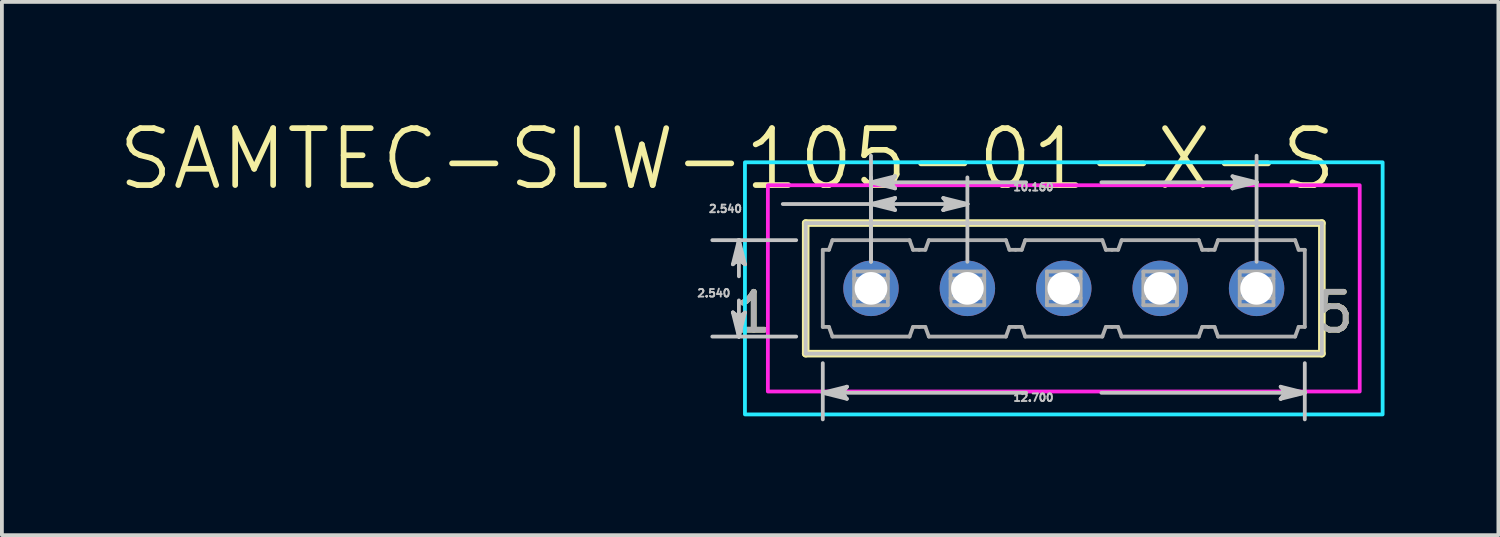
<source format=kicad_pcb>
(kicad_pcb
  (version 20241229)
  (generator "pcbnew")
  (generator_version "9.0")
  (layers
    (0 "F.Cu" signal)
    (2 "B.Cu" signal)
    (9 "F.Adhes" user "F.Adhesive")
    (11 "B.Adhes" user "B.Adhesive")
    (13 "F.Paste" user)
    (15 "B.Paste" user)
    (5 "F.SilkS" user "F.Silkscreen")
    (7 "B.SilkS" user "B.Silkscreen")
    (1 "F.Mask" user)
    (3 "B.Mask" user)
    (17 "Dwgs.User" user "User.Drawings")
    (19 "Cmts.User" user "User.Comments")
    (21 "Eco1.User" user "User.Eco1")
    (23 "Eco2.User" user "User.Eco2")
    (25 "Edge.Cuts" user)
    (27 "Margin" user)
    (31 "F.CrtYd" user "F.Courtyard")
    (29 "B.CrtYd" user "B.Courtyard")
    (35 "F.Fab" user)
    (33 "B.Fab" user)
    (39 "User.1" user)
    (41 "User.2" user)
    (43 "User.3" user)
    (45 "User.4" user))
  (footprint "SAMTEC-SLW-105-01-X-S"
    (layer "F.Cu")
    (at 24.979 4.548)
    (property "Reference" "SAMTEC-SLW-105-01-X-S" (at -8.868 -3.408 0) (layer "F.SilkS") (effects (font (size 1.5 1.5) (thickness 0.15))))
    (attr through_hole)
    (fp_circle (center -5.08 0) (end -4.299 0) (stroke (width 0) (type solid)) (fill yes) (layer "F.Mask"))
    (fp_circle (center -2.54 0) (end -1.759 0) (stroke (width 0) (type solid)) (fill yes) (layer "F.Mask"))
    (fp_circle (center 0 0) (end 0.781 0) (stroke (width 0) (type solid)) (fill yes) (layer "F.Mask"))
    (fp_circle (center 2.54 0) (end 3.321 0) (stroke (width 0) (type solid)) (fill yes) (layer "F.Mask"))
    (fp_circle (center 5.08 0) (end 5.861 0) (stroke (width 0) (type solid)) (fill yes) (layer "F.Mask"))
    (fp_circle (center -5.08 0) (end -4.299 0) (stroke (width 0) (type solid)) (fill yes) (layer "B.Mask"))
    (fp_circle (center -2.54 0) (end -1.759 0) (stroke (width 0) (type solid)) (fill yes) (layer "B.Mask"))
    (fp_circle (center 0 0) (end 0.781 0) (stroke (width 0) (type solid)) (fill yes) (layer "B.Mask"))
    (fp_circle (center 2.54 0) (end 3.321 0) (stroke (width 0) (type solid)) (fill yes) (layer "B.Mask"))
    (fp_circle (center 5.08 0) (end 5.861 0) (stroke (width 0) (type solid)) (fill yes) (layer "B.Mask"))
    (fp_line (start -6.8 -1.72) (end -6.8 1.72) (stroke (width 0.2) (type solid)) (layer "F.SilkS"))
    (fp_line (start -6.8 1.72) (end 6.8 1.72) (stroke (width 0.2) (type solid)) (layer "F.SilkS"))
    (fp_line (start 6.8 -1.72) (end -6.8 -1.72) (stroke (width 0.2) (type solid)) (layer "F.SilkS"))
    (fp_line (start 6.8 1.72) (end 6.8 -1.72) (stroke (width 0.2) (type solid)) (layer "F.SilkS"))
    (fp_line (start -8.719 -0.635) (end -8.56 -0.762) (stroke (width 0.1) (type solid)) (layer "Dwgs.User"))
    (fp_line (start -8.719 0.635) (end -8.56 1.27) (stroke (width 0.1) (type solid)) (layer "Dwgs.User"))
    (fp_line (start -8.639 -0.698) (end -8.56 -0.762) (stroke (width 0.1) (type solid)) (layer "Dwgs.User"))
    (fp_line (start -8.639 0.698) (end -8.719 0.635) (stroke (width 0.1) (type solid)) (layer "Dwgs.User"))
    (fp_line (start -8.56 -1.27) (end -8.719 -0.635) (stroke (width 0.1) (type solid)) (layer "Dwgs.User"))
    (fp_line (start -8.56 -1.27) (end -8.639 -0.698) (stroke (width 0.1) (type solid)) (layer "Dwgs.User"))
    (fp_line (start -8.56 -1.27) (end -8.48 -0.698) (stroke (width 0.1) (type solid)) (layer "Dwgs.User"))
    (fp_line (start -8.56 -0.762) (end -8.56 -1.27) (stroke (width 0.1) (type solid)) (layer "Dwgs.User"))
    (fp_line (start -8.56 -0.762) (end -8.401 -0.635) (stroke (width 0.1) (type solid)) (layer "Dwgs.User"))
    (fp_line (start -8.56 -0.318) (end -8.56 -1.27) (stroke (width 0.1) (type solid)) (layer "Dwgs.User"))
    (fp_line (start -8.56 0.318) (end -8.56 1.27) (stroke (width 0.1) (type solid)) (layer "Dwgs.User"))
    (fp_line (start -8.56 0.762) (end -8.719 0.635) (stroke (width 0.1) (type solid)) (layer "Dwgs.User"))
    (fp_line (start -8.56 0.762) (end -8.56 1.27) (stroke (width 0.1) (type solid)) (layer "Dwgs.User"))
    (fp_line (start -8.56 1.27) (end -8.639 0.698) (stroke (width 0.1) (type solid)) (layer "Dwgs.User"))
    (fp_line (start -8.56 1.27) (end -8.48 0.698) (stroke (width 0.1) (type solid)) (layer "Dwgs.User"))
    (fp_line (start -8.56 1.27) (end -8.401 0.635) (stroke (width 0.1) (type solid)) (layer "Dwgs.User"))
    (fp_line (start -8.48 -0.698) (end -8.401 -0.635) (stroke (width 0.1) (type solid)) (layer "Dwgs.User"))
    (fp_line (start -8.48 0.698) (end -8.56 0.762) (stroke (width 0.1) (type solid)) (layer "Dwgs.User"))
    (fp_line (start -8.401 -0.635) (end -8.56 -1.27) (stroke (width 0.1) (type solid)) (layer "Dwgs.User"))
    (fp_line (start -8.401 0.635) (end -8.56 0.762) (stroke (width 0.1) (type solid)) (layer "Dwgs.User"))
    (fp_line (start -7.404 -2.222) (end -5.08 -2.222) (stroke (width 0.1) (type solid)) (layer "Dwgs.User"))
    (fp_line (start -7.051 -1.27) (end -9.261 -1.27) (stroke (width 0.1) (type solid)) (layer "Dwgs.User"))
    (fp_line (start -7.051 1.27) (end -9.261 1.27) (stroke (width 0.1) (type solid)) (layer "Dwgs.User"))
    (fp_line (start -6.8 -1.72) (end -6.8 1.72) (stroke (width 0.1) (type solid)) (layer "Dwgs.User"))
    (fp_line (start -6.8 1.72) (end 6.8 1.72) (stroke (width 0.1) (type solid)) (layer "Dwgs.User"))
    (fp_line (start -6.35 1.971) (end -6.35 3.452) (stroke (width 0.1) (type solid)) (layer "Dwgs.User"))
    (fp_line (start -6.35 2.751) (end -5.778 2.671) (stroke (width 0.1) (type solid)) (layer "Dwgs.User"))
    (fp_line (start -6.35 2.751) (end -5.778 2.83) (stroke (width 0.1) (type solid)) (layer "Dwgs.User"))
    (fp_line (start -6.35 2.751) (end -5.715 2.91) (stroke (width 0.1) (type solid)) (layer "Dwgs.User"))
    (fp_line (start -5.842 2.751) (end -6.35 2.751) (stroke (width 0.1) (type solid)) (layer "Dwgs.User"))
    (fp_line (start -5.842 2.751) (end -5.715 2.592) (stroke (width 0.1) (type solid)) (layer "Dwgs.User"))
    (fp_line (start -5.778 2.671) (end -5.715 2.592) (stroke (width 0.1) (type solid)) (layer "Dwgs.User"))
    (fp_line (start -5.778 2.83) (end -5.842 2.751) (stroke (width 0.1) (type solid)) (layer "Dwgs.User"))
    (fp_line (start -5.715 2.592) (end -6.35 2.751) (stroke (width 0.1) (type solid)) (layer "Dwgs.User"))
    (fp_line (start -5.715 2.91) (end -5.842 2.751) (stroke (width 0.1) (type solid)) (layer "Dwgs.User"))
    (fp_line (start -5.08 -2.794) (end -4.508 -2.873) (stroke (width 0.1) (type solid)) (layer "Dwgs.User"))
    (fp_line (start -5.08 -2.794) (end -4.508 -2.715) (stroke (width 0.1) (type solid)) (layer "Dwgs.User"))
    (fp_line (start -5.08 -2.794) (end -4.445 -2.635) (stroke (width 0.1) (type solid)) (layer "Dwgs.User"))
    (fp_line (start -5.08 -2.222) (end -4.508 -2.302) (stroke (width 0.1) (type solid)) (layer "Dwgs.User"))
    (fp_line (start -5.08 -2.222) (end -4.508 -2.143) (stroke (width 0.1) (type solid)) (layer "Dwgs.User"))
    (fp_line (start -5.08 -2.222) (end -4.445 -2.064) (stroke (width 0.1) (type solid)) (layer "Dwgs.User"))
    (fp_line (start -5.08 -2.222) (end -2.54 -2.222) (stroke (width 0.1) (type solid)) (layer "Dwgs.User"))
    (fp_line (start -5.08 -0.701) (end -5.08 -3.495) (stroke (width 0.1) (type solid)) (layer "Dwgs.User"))
    (fp_line (start -5.08 -0.701) (end -5.08 -2.924) (stroke (width 0.1) (type solid)) (layer "Dwgs.User"))
    (fp_line (start -4.572 -2.794) (end -5.08 -2.794) (stroke (width 0.1) (type solid)) (layer "Dwgs.User"))
    (fp_line (start -4.572 -2.794) (end -4.445 -2.953) (stroke (width 0.1) (type solid)) (layer "Dwgs.User"))
    (fp_line (start -4.572 -2.222) (end -5.08 -2.222) (stroke (width 0.1) (type solid)) (layer "Dwgs.User"))
    (fp_line (start -4.572 -2.222) (end -4.445 -2.381) (stroke (width 0.1) (type solid)) (layer "Dwgs.User"))
    (fp_line (start -4.508 -2.873) (end -4.445 -2.953) (stroke (width 0.1) (type solid)) (layer "Dwgs.User"))
    (fp_line (start -4.508 -2.715) (end -4.572 -2.794) (stroke (width 0.1) (type solid)) (layer "Dwgs.User"))
    (fp_line (start -4.508 -2.302) (end -4.445 -2.381) (stroke (width 0.1) (type solid)) (layer "Dwgs.User"))
    (fp_line (start -4.508 -2.143) (end -4.572 -2.222) (stroke (width 0.1) (type solid)) (layer "Dwgs.User"))
    (fp_line (start -4.445 -2.953) (end -5.08 -2.794) (stroke (width 0.1) (type solid)) (layer "Dwgs.User"))
    (fp_line (start -4.445 -2.635) (end -4.572 -2.794) (stroke (width 0.1) (type solid)) (layer "Dwgs.User"))
    (fp_line (start -4.445 -2.381) (end -5.08 -2.222) (stroke (width 0.1) (type solid)) (layer "Dwgs.User"))
    (fp_line (start -4.445 -2.064) (end -4.572 -2.222) (stroke (width 0.1) (type solid)) (layer "Dwgs.User"))
    (fp_line (start -3.175 -2.381) (end -3.048 -2.222) (stroke (width 0.1) (type solid)) (layer "Dwgs.User"))
    (fp_line (start -3.175 -2.064) (end -2.54 -2.222) (stroke (width 0.1) (type solid)) (layer "Dwgs.User"))
    (fp_line (start -3.112 -2.302) (end -3.048 -2.222) (stroke (width 0.1) (type solid)) (layer "Dwgs.User"))
    (fp_line (start -3.112 -2.143) (end -3.175 -2.064) (stroke (width 0.1) (type solid)) (layer "Dwgs.User"))
    (fp_line (start -3.048 -2.222) (end -3.175 -2.064) (stroke (width 0.1) (type solid)) (layer "Dwgs.User"))
    (fp_line (start -3.048 -2.222) (end -2.54 -2.222) (stroke (width 0.1) (type solid)) (layer "Dwgs.User"))
    (fp_line (start -2.54 -2.222) (end -3.175 -2.381) (stroke (width 0.1) (type solid)) (layer "Dwgs.User"))
    (fp_line (start -2.54 -2.222) (end -3.112 -2.302) (stroke (width 0.1) (type solid)) (layer "Dwgs.User"))
    (fp_line (start -2.54 -2.222) (end -3.112 -2.143) (stroke (width 0.1) (type solid)) (layer "Dwgs.User"))
    (fp_line (start -2.54 -0.701) (end -2.54 -2.924) (stroke (width 0.1) (type solid)) (layer "Dwgs.User"))
    (fp_line (start -0.991 -2.794) (end -5.08 -2.794) (stroke (width 0.1) (type solid)) (layer "Dwgs.User"))
    (fp_line (start -0.991 2.751) (end -6.35 2.751) (stroke (width 0.1) (type solid)) (layer "Dwgs.User"))
    (fp_line (start 0.991 -2.794) (end 5.08 -2.794) (stroke (width 0.1) (type solid)) (layer "Dwgs.User"))
    (fp_line (start 0.991 2.751) (end 6.35 2.751) (stroke (width 0.1) (type solid)) (layer "Dwgs.User"))
    (fp_line (start 4.445 -2.953) (end 4.572 -2.794) (stroke (width 0.1) (type solid)) (layer "Dwgs.User"))
    (fp_line (start 4.445 -2.635) (end 5.08 -2.794) (stroke (width 0.1) (type solid)) (layer "Dwgs.User"))
    (fp_line (start 4.508 -2.873) (end 4.572 -2.794) (stroke (width 0.1) (type solid)) (layer "Dwgs.User"))
    (fp_line (start 4.508 -2.715) (end 4.445 -2.635) (stroke (width 0.1) (type solid)) (layer "Dwgs.User"))
    (fp_line (start 4.572 -2.794) (end 4.445 -2.635) (stroke (width 0.1) (type solid)) (layer "Dwgs.User"))
    (fp_line (start 4.572 -2.794) (end 5.08 -2.794) (stroke (width 0.1) (type solid)) (layer "Dwgs.User"))
    (fp_line (start 5.08 -2.794) (end 4.445 -2.953) (stroke (width 0.1) (type solid)) (layer "Dwgs.User"))
    (fp_line (start 5.08 -2.794) (end 4.508 -2.873) (stroke (width 0.1) (type solid)) (layer "Dwgs.User"))
    (fp_line (start 5.08 -2.794) (end 4.508 -2.715) (stroke (width 0.1) (type solid)) (layer "Dwgs.User"))
    (fp_line (start 5.08 -0.701) (end 5.08 -3.495) (stroke (width 0.1) (type solid)) (layer "Dwgs.User"))
    (fp_line (start 5.715 2.592) (end 5.842 2.751) (stroke (width 0.1) (type solid)) (layer "Dwgs.User"))
    (fp_line (start 5.715 2.91) (end 6.35 2.751) (stroke (width 0.1) (type solid)) (layer "Dwgs.User"))
    (fp_line (start 5.778 2.671) (end 5.842 2.751) (stroke (width 0.1) (type solid)) (layer "Dwgs.User"))
    (fp_line (start 5.778 2.83) (end 5.715 2.91) (stroke (width 0.1) (type solid)) (layer "Dwgs.User"))
    (fp_line (start 5.842 2.751) (end 5.715 2.91) (stroke (width 0.1) (type solid)) (layer "Dwgs.User"))
    (fp_line (start 5.842 2.751) (end 6.35 2.751) (stroke (width 0.1) (type solid)) (layer "Dwgs.User"))
    (fp_line (start 6.35 1.971) (end 6.35 3.452) (stroke (width 0.1) (type solid)) (layer "Dwgs.User"))
    (fp_line (start 6.35 2.751) (end 5.715 2.592) (stroke (width 0.1) (type solid)) (layer "Dwgs.User"))
    (fp_line (start 6.35 2.751) (end 5.778 2.671) (stroke (width 0.1) (type solid)) (layer "Dwgs.User"))
    (fp_line (start 6.35 2.751) (end 5.778 2.83) (stroke (width 0.1) (type solid)) (layer "Dwgs.User"))
    (fp_line (start 6.8 -1.72) (end -6.8 -1.72) (stroke (width 0.1) (type solid)) (layer "Dwgs.User"))
    (fp_line (start 6.8 1.72) (end 6.8 -1.72) (stroke (width 0.1) (type solid)) (layer "Dwgs.User"))
    (fp_poly (pts (xy -8.401 3.321) (xy -8.401 -3.321) (xy 8.401 -3.321) (xy 8.401 3.321) (xy -8.401 3.321)) (stroke (width 0.1) (type solid)) (fill no) (layer "B.CrtYd"))
    (fp_poly (pts (xy 7.797 -2.717) (xy -7.797 -2.717) (xy -7.797 2.717) (xy 7.797 2.717) (xy 7.797 -2.717)) (stroke (width 0.1) (type solid)) (fill no) (layer "F.CrtYd"))
    (fp_line (start -6.35 -1.016) (end -6.35 1.016) (stroke (width 0.1) (type solid)) (layer "F.Fab"))
    (fp_line (start -6.35 1.016) (end -6.188 1.016) (stroke (width 0.1) (type solid)) (layer "F.Fab"))
    (fp_line (start -6.188 -1.016) (end -6.35 -1.016) (stroke (width 0.1) (type solid)) (layer "F.Fab"))
    (fp_line (start -6.188 1.016) (end -6.096 1.27) (stroke (width 0.1) (type solid)) (layer "F.Fab"))
    (fp_line (start -6.096 -1.27) (end -6.188 -1.016) (stroke (width 0.1) (type solid)) (layer "F.Fab"))
    (fp_line (start -6.096 1.27) (end -4.064 1.27) (stroke (width 0.1) (type solid)) (layer "F.Fab"))
    (fp_line (start -5.524 -0.444) (end -5.524 0.444) (stroke (width 0.1) (type solid)) (layer "F.Fab"))
    (fp_line (start -5.524 -0.254) (end -4.636 -0.254) (stroke (width 0.1) (type solid)) (layer "F.Fab"))
    (fp_line (start -5.524 0.444) (end -4.636 0.444) (stroke (width 0.1) (type solid)) (layer "F.Fab"))
    (fp_line (start -4.636 -0.444) (end -5.524 -0.444) (stroke (width 0.1) (type solid)) (layer "F.Fab"))
    (fp_line (start -4.636 0.254) (end -5.524 0.254) (stroke (width 0.1) (type solid)) (layer "F.Fab"))
    (fp_line (start -4.636 0.444) (end -4.636 -0.444) (stroke (width 0.1) (type solid)) (layer "F.Fab"))
    (fp_line (start -4.064 -1.27) (end -6.096 -1.27) (stroke (width 0.1) (type solid)) (layer "F.Fab"))
    (fp_line (start -4.064 1.27) (end -3.972 1.016) (stroke (width 0.1) (type solid)) (layer "F.Fab"))
    (fp_line (start -3.972 -1.016) (end -4.064 -1.27) (stroke (width 0.1) (type solid)) (layer "F.Fab"))
    (fp_line (start -3.972 1.016) (end -3.81 1.016) (stroke (width 0.1) (type solid)) (layer "F.Fab"))
    (fp_line (start -3.81 -1.016) (end -3.972 -1.016) (stroke (width 0.1) (type solid)) (layer "F.Fab"))
    (fp_line (start -3.81 1.016) (end -3.648 1.016) (stroke (width 0.1) (type solid)) (layer "F.Fab"))
    (fp_line (start -3.648 -1.016) (end -3.81 -1.016) (stroke (width 0.1) (type solid)) (layer "F.Fab"))
    (fp_line (start -3.648 1.016) (end -3.556 1.27) (stroke (width 0.1) (type solid)) (layer "F.Fab"))
    (fp_line (start -3.556 -1.27) (end -3.648 -1.016) (stroke (width 0.1) (type solid)) (layer "F.Fab"))
    (fp_line (start -3.556 1.27) (end -1.524 1.27) (stroke (width 0.1) (type solid)) (layer "F.Fab"))
    (fp_line (start -2.984 -0.444) (end -2.984 0.444) (stroke (width 0.1) (type solid)) (layer "F.Fab"))
    (fp_line (start -2.984 -0.254) (end -2.096 -0.254) (stroke (width 0.1) (type solid)) (layer "F.Fab"))
    (fp_line (start -2.984 0.444) (end -2.096 0.444) (stroke (width 0.1) (type solid)) (layer "F.Fab"))
    (fp_line (start -2.096 -0.444) (end -2.984 -0.444) (stroke (width 0.1) (type solid)) (layer "F.Fab"))
    (fp_line (start -2.096 0.254) (end -2.984 0.254) (stroke (width 0.1) (type solid)) (layer "F.Fab"))
    (fp_line (start -2.096 0.444) (end -2.096 -0.444) (stroke (width 0.1) (type solid)) (layer "F.Fab"))
    (fp_line (start -1.524 -1.27) (end -3.556 -1.27) (stroke (width 0.1) (type solid)) (layer "F.Fab"))
    (fp_line (start -1.524 1.27) (end -1.432 1.016) (stroke (width 0.1) (type solid)) (layer "F.Fab"))
    (fp_line (start -1.432 -1.016) (end -1.524 -1.27) (stroke (width 0.1) (type solid)) (layer "F.Fab"))
    (fp_line (start -1.432 1.016) (end -1.27 1.016) (stroke (width 0.1) (type solid)) (layer "F.Fab"))
    (fp_line (start -1.27 -1.016) (end -1.432 -1.016) (stroke (width 0.1) (type solid)) (layer "F.Fab"))
    (fp_line (start -1.27 1.016) (end -1.108 1.016) (stroke (width 0.1) (type solid)) (layer "F.Fab"))
    (fp_line (start -1.108 -1.016) (end -1.27 -1.016) (stroke (width 0.1) (type solid)) (layer "F.Fab"))
    (fp_line (start -1.108 1.016) (end -1.016 1.27) (stroke (width 0.1) (type solid)) (layer "F.Fab"))
    (fp_line (start -1.016 -1.27) (end -1.108 -1.016) (stroke (width 0.1) (type solid)) (layer "F.Fab"))
    (fp_line (start -1.016 1.27) (end 1.016 1.27) (stroke (width 0.1) (type solid)) (layer "F.Fab"))
    (fp_line (start -0.444 -0.444) (end -0.444 0.444) (stroke (width 0.1) (type solid)) (layer "F.Fab"))
    (fp_line (start -0.444 -0.254) (end 0.444 -0.254) (stroke (width 0.1) (type solid)) (layer "F.Fab"))
    (fp_line (start -0.444 0.444) (end 0.444 0.444) (stroke (width 0.1) (type solid)) (layer "F.Fab"))
    (fp_line (start 0.444 -0.444) (end -0.444 -0.444) (stroke (width 0.1) (type solid)) (layer "F.Fab"))
    (fp_line (start 0.444 0.254) (end -0.444 0.254) (stroke (width 0.1) (type solid)) (layer "F.Fab"))
    (fp_line (start 0.444 0.444) (end 0.444 -0.444) (stroke (width 0.1) (type solid)) (layer "F.Fab"))
    (fp_line (start 1.016 -1.27) (end -1.016 -1.27) (stroke (width 0.1) (type solid)) (layer "F.Fab"))
    (fp_line (start 1.016 1.27) (end 1.108 1.016) (stroke (width 0.1) (type solid)) (layer "F.Fab"))
    (fp_line (start 1.108 -1.016) (end 1.016 -1.27) (stroke (width 0.1) (type solid)) (layer "F.Fab"))
    (fp_line (start 1.108 1.016) (end 1.27 1.016) (stroke (width 0.1) (type solid)) (layer "F.Fab"))
    (fp_line (start 1.27 -1.016) (end 1.108 -1.016) (stroke (width 0.1) (type solid)) (layer "F.Fab"))
    (fp_line (start 1.27 1.016) (end 1.432 1.016) (stroke (width 0.1) (type solid)) (layer "F.Fab"))
    (fp_line (start 1.432 -1.016) (end 1.27 -1.016) (stroke (width 0.1) (type solid)) (layer "F.Fab"))
    (fp_line (start 1.432 1.016) (end 1.524 1.27) (stroke (width 0.1) (type solid)) (layer "F.Fab"))
    (fp_line (start 1.524 -1.27) (end 1.432 -1.016) (stroke (width 0.1) (type solid)) (layer "F.Fab"))
    (fp_line (start 1.524 1.27) (end 3.556 1.27) (stroke (width 0.1) (type solid)) (layer "F.Fab"))
    (fp_line (start 2.096 -0.444) (end 2.096 0.444) (stroke (width 0.1) (type solid)) (layer "F.Fab"))
    (fp_line (start 2.096 -0.254) (end 2.984 -0.254) (stroke (width 0.1) (type solid)) (layer "F.Fab"))
    (fp_line (start 2.096 0.444) (end 2.984 0.444) (stroke (width 0.1) (type solid)) (layer "F.Fab"))
    (fp_line (start 2.984 -0.444) (end 2.096 -0.444) (stroke (width 0.1) (type solid)) (layer "F.Fab"))
    (fp_line (start 2.984 0.254) (end 2.096 0.254) (stroke (width 0.1) (type solid)) (layer "F.Fab"))
    (fp_line (start 2.984 0.444) (end 2.984 -0.444) (stroke (width 0.1) (type solid)) (layer "F.Fab"))
    (fp_line (start 3.556 -1.27) (end 1.524 -1.27) (stroke (width 0.1) (type solid)) (layer "F.Fab"))
    (fp_line (start 3.556 1.27) (end 3.648 1.016) (stroke (width 0.1) (type solid)) (layer "F.Fab"))
    (fp_line (start 3.648 -1.016) (end 3.556 -1.27) (stroke (width 0.1) (type solid)) (layer "F.Fab"))
    (fp_line (start 3.648 1.016) (end 3.81 1.016) (stroke (width 0.1) (type solid)) (layer "F.Fab"))
    (fp_line (start 3.81 -1.016) (end 3.648 -1.016) (stroke (width 0.1) (type solid)) (layer "F.Fab"))
    (fp_line (start 3.81 1.016) (end 3.972 1.016) (stroke (width 0.1) (type solid)) (layer "F.Fab"))
    (fp_line (start 3.972 -1.016) (end 3.81 -1.016) (stroke (width 0.1) (type solid)) (layer "F.Fab"))
    (fp_line (start 3.972 1.016) (end 4.064 1.27) (stroke (width 0.1) (type solid)) (layer "F.Fab"))
    (fp_line (start 4.064 -1.27) (end 3.972 -1.016) (stroke (width 0.1) (type solid)) (layer "F.Fab"))
    (fp_line (start 4.064 1.27) (end 6.096 1.27) (stroke (width 0.1) (type solid)) (layer "F.Fab"))
    (fp_line (start 4.636 -0.444) (end 4.636 0.444) (stroke (width 0.1) (type solid)) (layer "F.Fab"))
    (fp_line (start 4.636 -0.254) (end 5.524 -0.254) (stroke (width 0.1) (type solid)) (layer "F.Fab"))
    (fp_line (start 4.636 0.444) (end 5.524 0.444) (stroke (width 0.1) (type solid)) (layer "F.Fab"))
    (fp_line (start 5.524 -0.444) (end 4.636 -0.444) (stroke (width 0.1) (type solid)) (layer "F.Fab"))
    (fp_line (start 5.524 0.254) (end 4.636 0.254) (stroke (width 0.1) (type solid)) (layer "F.Fab"))
    (fp_line (start 5.524 0.444) (end 5.524 -0.444) (stroke (width 0.1) (type solid)) (layer "F.Fab"))
    (fp_line (start 6.096 -1.27) (end 4.064 -1.27) (stroke (width 0.1) (type solid)) (layer "F.Fab"))
    (fp_line (start 6.096 1.27) (end 6.188 1.016) (stroke (width 0.1) (type solid)) (layer "F.Fab"))
    (fp_line (start 6.188 -1.016) (end 6.096 -1.27) (stroke (width 0.1) (type solid)) (layer "F.Fab"))
    (fp_line (start 6.188 -1.016) (end 6.35 -1.016) (stroke (width 0.1) (type solid)) (layer "F.Fab"))
    (fp_line (start 6.188 1.016) (end 6.35 1.016) (stroke (width 0.1) (type solid)) (layer "F.Fab"))
    (fp_line (start 6.35 -1.016) (end 6.35 1.016) (stroke (width 0.1) (type solid)) (layer "F.Fab"))
    (fp_text user "1" (at -8.17 0.635 0) (layer "F.SilkS") (effects (font (size 1 1) (thickness 0.15))))
    (fp_text user "5" (at 7.141 0.635 0) (layer "F.SilkS") (effects (font (size 1 1) (thickness 0.15))))
    (fp_text user "12.700" (at -0.8 2.878 0) (layer "Dwgs.User") (effects (font (size 0.2 0.2) (thickness 0.15))))
    (fp_text user "2.540" (at -8.915 -2.096 0) (layer "Dwgs.User") (effects (font (size 0.2 0.2) (thickness 0.15))))
    (fp_text user "2.540" (at -9.22 0.127 0) (layer "Dwgs.User") (effects (font (size 0.2 0.2) (thickness 0.15))))
    (fp_text user "10.160" (at -0.8 -2.667 0) (layer "Dwgs.User") (effects (font (size 0.2 0.2) (thickness 0.15))))
    (fp_text user "1" (at -8.17 0.635 0) (layer "F.Fab") (effects (font (size 1 1) (thickness 0.15))))
    (fp_text user "5" (at 7.141 0.635 0) (layer "F.Fab") (effects (font (size 1 1) (thickness 0.15))))
    (pad "1" thru_hole circle (at -5.08 0) (size 1.46 1.46) (drill 0.86) (layers "*.Cu"))
    (pad "2" thru_hole circle (at -2.54 0) (size 1.46 1.46) (drill 0.86) (layers "*.Cu"))
    (pad "3" thru_hole circle (at 0 0) (size 1.46 1.46) (drill 0.86) (layers "*.Cu"))
    (pad "4" thru_hole circle (at 2.54 0) (size 1.46 1.46) (drill 0.86) (layers "*.Cu"))
    (pad "5" thru_hole circle (at 5.08 0) (size 1.46 1.46) (drill 0.86) (layers "*.Cu")))
  (gr_rect
    (start -3 -3)
    (end 36.43 11.05)
    (stroke (width 0.1) (type default))
    (fill no)
    (layer "Edge.Cuts")))
</source>
